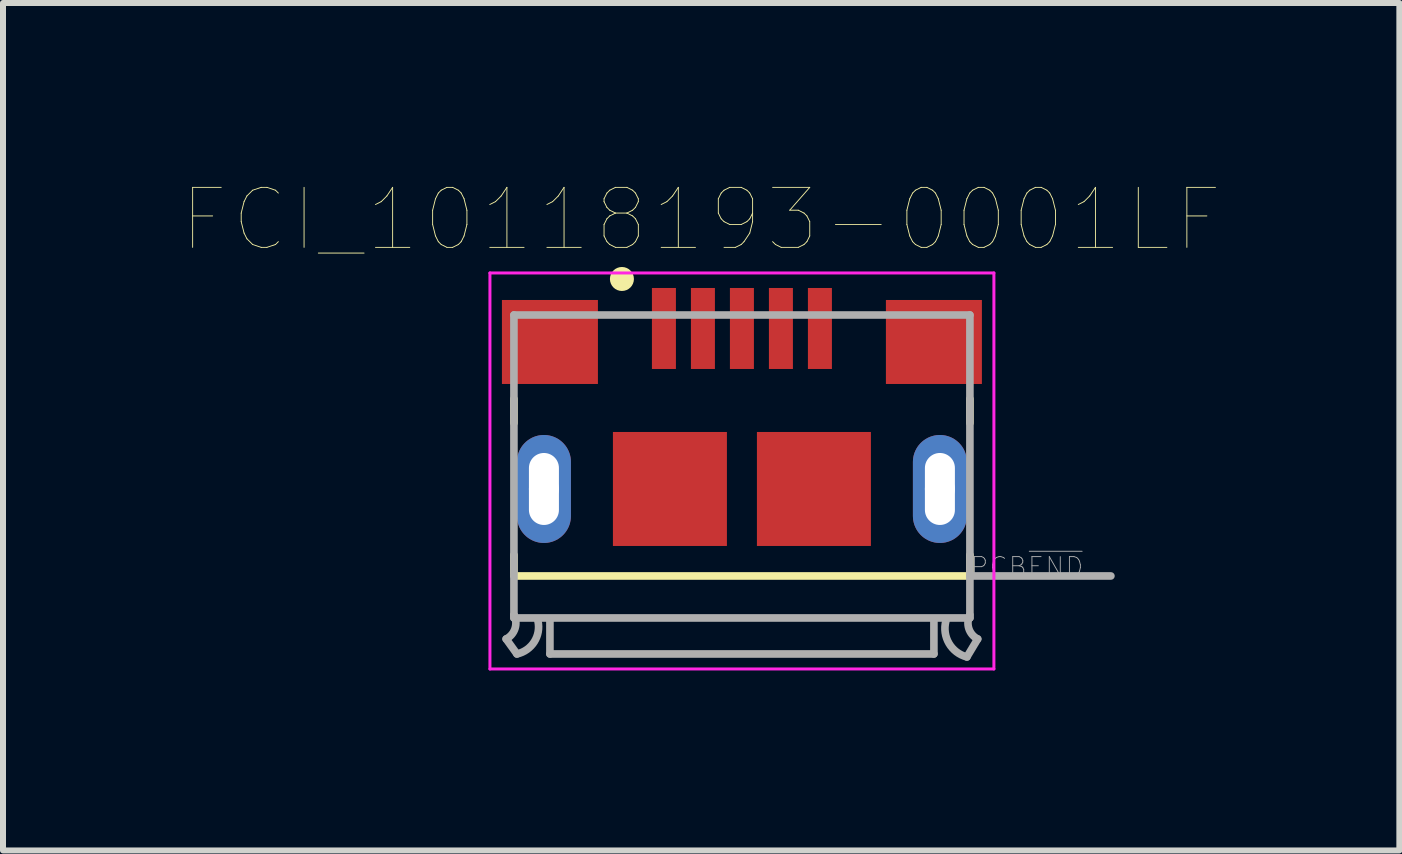
<source format=kicad_pcb>
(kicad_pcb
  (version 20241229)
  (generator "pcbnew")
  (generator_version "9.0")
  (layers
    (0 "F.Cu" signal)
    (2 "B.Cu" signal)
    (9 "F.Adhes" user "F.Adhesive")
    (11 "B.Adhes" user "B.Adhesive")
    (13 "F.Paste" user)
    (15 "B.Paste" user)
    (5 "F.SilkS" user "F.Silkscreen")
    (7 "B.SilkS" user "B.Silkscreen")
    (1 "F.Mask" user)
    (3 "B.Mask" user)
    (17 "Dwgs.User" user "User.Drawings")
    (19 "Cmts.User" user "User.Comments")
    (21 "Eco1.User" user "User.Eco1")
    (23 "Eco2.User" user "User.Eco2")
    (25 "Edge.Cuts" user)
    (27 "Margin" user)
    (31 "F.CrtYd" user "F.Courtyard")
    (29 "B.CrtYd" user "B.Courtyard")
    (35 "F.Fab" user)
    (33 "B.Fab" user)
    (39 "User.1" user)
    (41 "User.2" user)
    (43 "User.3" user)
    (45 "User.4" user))
  (footprint "FCI_10118193-0001LF"
    (layer "F.Cu")
    (at 9.316 5.1)
    (property "Reference" "FCI_10118193-0001LF" (at -0.679 -4.489 0) (layer "F.SilkS") (effects (font (size 1 1) (thickness 0.015))))
    (attr through_hole)
    (fp_line (start -3.8 -1.5) (end -3.8 -1.1) (stroke (width 0.127) (type solid)) (layer "F.SilkS"))
    (fp_line (start -3.8 1.1) (end -3.8 1.4) (stroke (width 0.127) (type solid)) (layer "F.SilkS"))
    (fp_line (start -3.8 1.45) (end 3.8 1.45) (stroke (width 0.127) (type solid)) (layer "F.SilkS"))
    (fp_line (start 3.8 -1.1) (end 3.8 -1.5) (stroke (width 0.127) (type solid)) (layer "F.SilkS"))
    (fp_line (start 3.8 1.1) (end 3.8 1.4) (stroke (width 0.127) (type solid)) (layer "F.SilkS"))
    (fp_circle (center -2 -3.5) (end -1.9 -3.5) (stroke (width 0.2) (type solid)) (fill no) (layer "F.SilkS"))
    (fp_line (start -4.2 -3.6) (end -4.2 3) (stroke (width 0.05) (type solid)) (layer "F.CrtYd"))
    (fp_line (start -4.2 3) (end 4.2 3) (stroke (width 0.05) (type solid)) (layer "F.CrtYd"))
    (fp_line (start 4.2 -3.6) (end -4.2 -3.6) (stroke (width 0.05) (type solid)) (layer "F.CrtYd"))
    (fp_line (start 4.2 3) (end 4.2 -3.6) (stroke (width 0.05) (type solid)) (layer "F.CrtYd"))
    (fp_line (start -3.93 2.5) (end -3.75 2.75) (stroke (width 0.127) (type solid)) (layer "F.Fab"))
    (fp_line (start -3.8 -2.9) (end 3.8 -2.9) (stroke (width 0.127) (type solid)) (layer "F.Fab"))
    (fp_line (start -3.8 2.1) (end -3.8 -2.9) (stroke (width 0.127) (type solid)) (layer "F.Fab"))
    (fp_line (start -3.8 2.15) (end -3.8 2.1) (stroke (width 0.127) (type solid)) (layer "F.Fab"))
    (fp_line (start -3.2 2.2) (end -3.2 2.75) (stroke (width 0.127) (type solid)) (layer "F.Fab"))
    (fp_line (start -3.2 2.75) (end 3.2 2.75) (stroke (width 0.127) (type solid)) (layer "F.Fab"))
    (fp_line (start 3.2 2.75) (end 3.2 2.2) (stroke (width 0.127) (type solid)) (layer "F.Fab"))
    (fp_line (start 3.8 -2.9) (end 3.8 1.45) (stroke (width 0.127) (type solid)) (layer "F.Fab"))
    (fp_line (start 3.8 1.45) (end 3.8 2.15) (stroke (width 0.127) (type solid)) (layer "F.Fab"))
    (fp_line (start 3.8 1.45) (end 6.15 1.45) (stroke (width 0.127) (type solid)) (layer "F.Fab"))
    (fp_line (start 3.8 2.15) (end -3.8 2.15) (stroke (width 0.127) (type solid)) (layer "F.Fab"))
    (fp_line (start 3.93 2.5) (end 3.75 2.8) (stroke (width 0.127) (type solid)) (layer "F.Fab"))
    (fp_arc (start -3.8 2.1) (mid -3.782157 2.326924) (end -3.93 2.5) (stroke (width 0.127) (type solid)) (layer "F.Fab"))
    (fp_arc (start -3.4 2.2) (mid -3.461091 2.547487) (end -3.75 2.75) (stroke (width 0.127) (type solid)) (layer "F.Fab"))
    (fp_arc (start 3.75 2.8) (mid 3.450736 2.572487) (end 3.4 2.2) (stroke (width 0.127) (type solid)) (layer "F.Fab"))
    (fp_arc (start 3.93 2.5) (mid 3.782157 2.326924) (end 3.8 2.1) (stroke (width 0.127) (type solid)) (layer "F.Fab"))
    (fp_text user "PCB~{END}" (at 4.75 1.3 0) (layer "F.Fab") (effects (font (size 0.32 0.32) (thickness 0.015))))
    (pad "" np_thru_hole circle (at -3.3 0) (size 0.5 0.5) (drill 0.5) (layers "*.Cu" "*.Mask"))
    (pad "" np_thru_hole circle (at 3.3 0) (size 0.5 0.5) (drill 0.5) (layers "*.Cu" "*.Mask"))
    (pad "1" smd rect (at -1.3 -2.675) (size 0.4 1.35) (layers "F.Cu" "F.Mask" "F.Paste"))
    (pad "2" smd rect (at -0.65 -2.675) (size 0.4 1.35) (layers "F.Cu" "F.Mask" "F.Paste"))
    (pad "3" smd rect (at 0 -2.675) (size 0.4 1.35) (layers "F.Cu" "F.Mask" "F.Paste"))
    (pad "4" smd rect (at 0.65 -2.675) (size 0.4 1.35) (layers "F.Cu" "F.Mask" "F.Paste"))
    (pad "5" smd rect (at 1.3 -2.675) (size 0.4 1.35) (layers "F.Cu" "F.Mask" "F.Paste"))
    (pad "S1" smd rect (at -3.2 -2.45) (size 1.6 1.4) (layers "F.Cu" "F.Mask" "F.Paste"))
    (pad "S2" smd rect (at 3.2 -2.45) (size 1.6 1.4) (layers "F.Cu" "F.Mask" "F.Paste"))
    (pad "S3" smd rect (at 1.2 0) (size 1.9 1.9) (layers "F.Cu" "F.Mask" "F.Paste"))
    (pad "S4" smd rect (at -1.2 0) (size 1.9 1.9) (layers "F.Cu" "F.Mask" "F.Paste"))
    (pad "S5" thru_hole oval (at -3.3 0) (size 0.9 1.8) (drill oval 0.5 1.2) (layers "*.Cu" "*.Mask"))
    (pad "S6" thru_hole oval (at 3.3 0) (size 0.9 1.8) (drill oval 0.5 1.2) (layers "*.Cu" "*.Mask")))
  (gr_rect
    (start -3 -3)
    (end 20.274 11.125)
    (stroke (width 0.1) (type default))
    (fill no)
    (layer "Edge.Cuts")))
</source>
